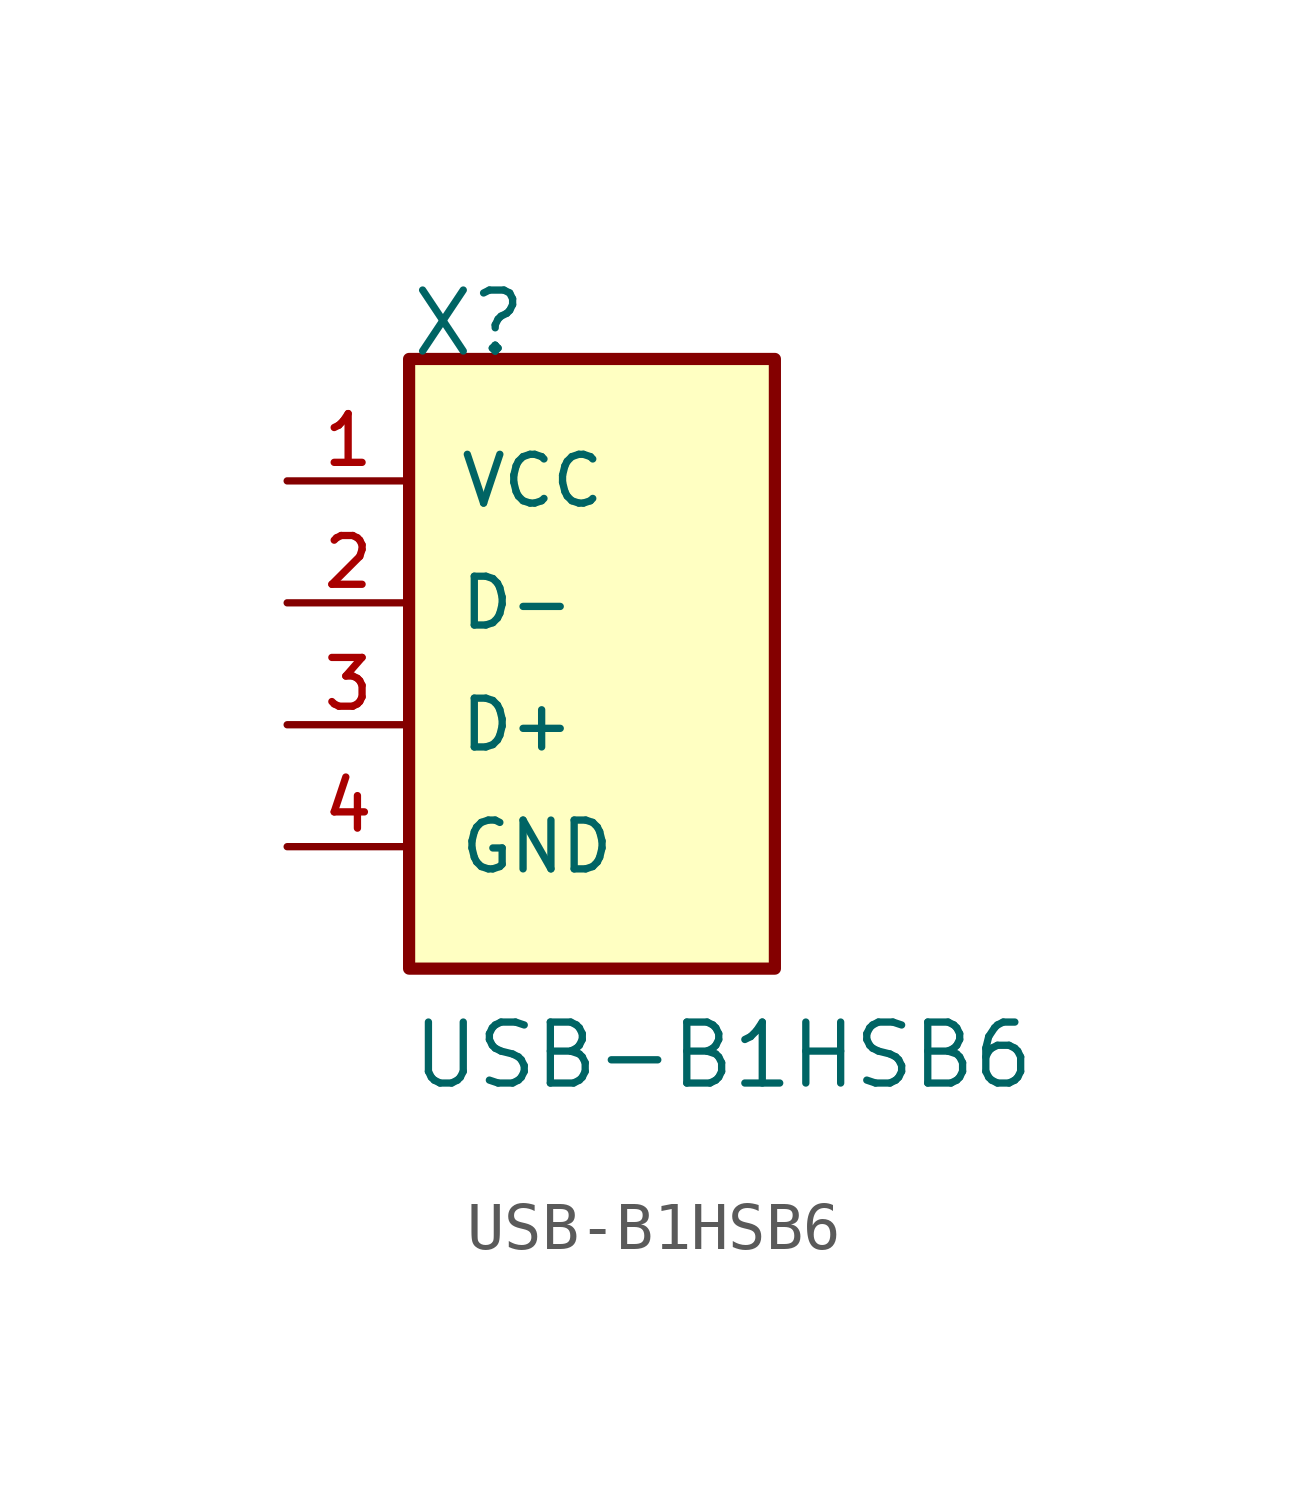
<source format=kicad_sym>
(kicad_symbol_lib
  (version 20211014)
  (generator kicad_symbol_editor)
  (symbol "USB-B1HSB6"
    (pin_names
      (offset 1.016))
    (property "Reference" "X"
      (at 0.0 5.082 0)
      (effects (font (size 1.27 1.27)) (justify bottom left)))
    (property "Value" "USB-B1HSB6"
      (at 0.0 -10.167 0)
      (effects (font (size 1.27 1.27)) (justify bottom left)))
    (symbol "USB-B1HSB6_0_0"
      (rectangle (start 8.881784197e-16 -7.62) (end 7.62 5.08) (stroke (width 0.254)) (fill (type background)))
      (pin power_in line (at -2.54 2.54 0) (length 2.54) (name "VCC" (effects (font (size 1.016 1.016)))) (number "1" (effects (font (size 1.016 1.016)))))
      (pin bidirectional line (at -2.54 0.0 0) (length 2.54) (name "D-" (effects (font (size 1.016 1.016)))) (number "2" (effects (font (size 1.016 1.016)))))
      (pin bidirectional line (at -2.54 -2.54 0) (length 2.54) (name "D+" (effects (font (size 1.016 1.016)))) (number "3" (effects (font (size 1.016 1.016)))))
      (pin power_in line (at -2.54 -5.08 0) (length 2.54) (name "GND" (effects (font (size 1.016 1.016)))) (number "4" (effects (font (size 1.016 1.016))))))))
</source>
